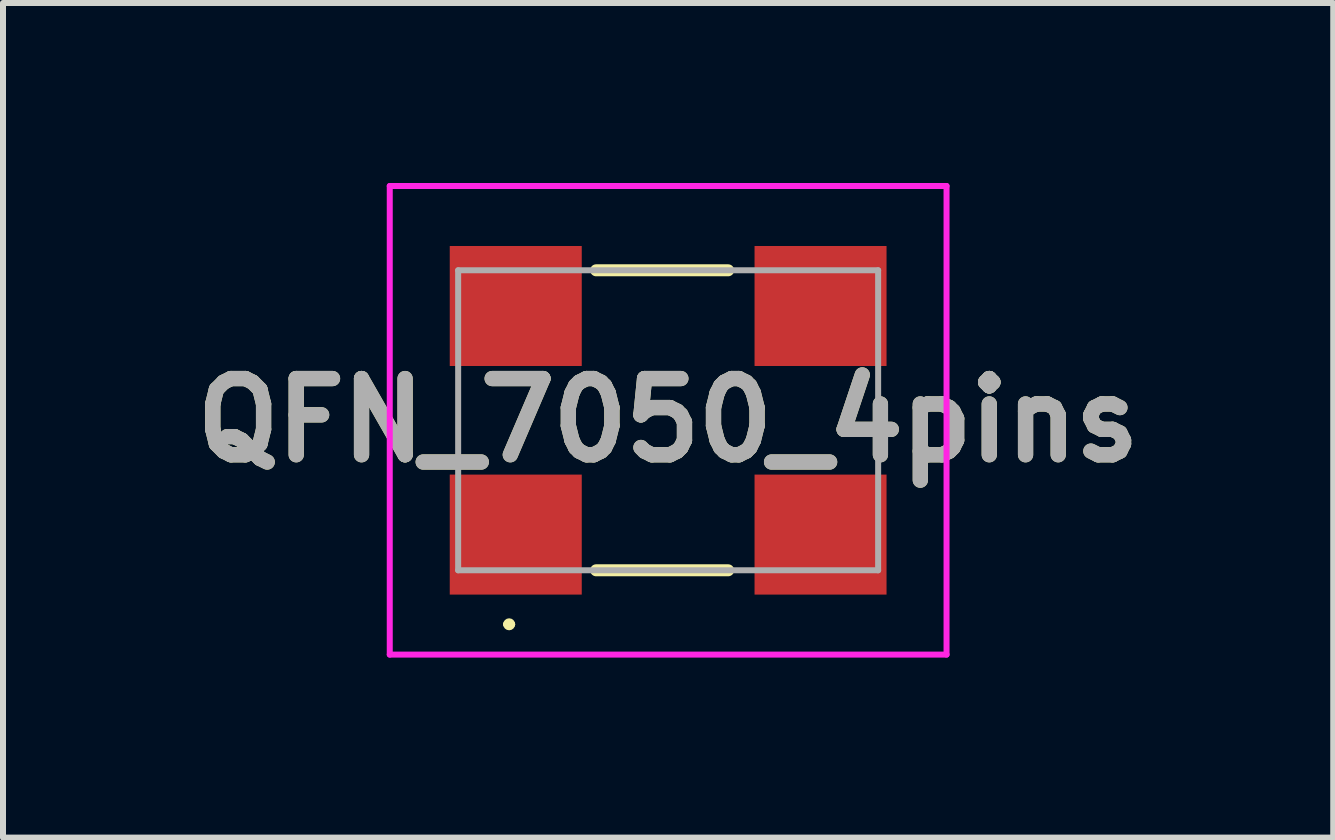
<source format=kicad_pcb>
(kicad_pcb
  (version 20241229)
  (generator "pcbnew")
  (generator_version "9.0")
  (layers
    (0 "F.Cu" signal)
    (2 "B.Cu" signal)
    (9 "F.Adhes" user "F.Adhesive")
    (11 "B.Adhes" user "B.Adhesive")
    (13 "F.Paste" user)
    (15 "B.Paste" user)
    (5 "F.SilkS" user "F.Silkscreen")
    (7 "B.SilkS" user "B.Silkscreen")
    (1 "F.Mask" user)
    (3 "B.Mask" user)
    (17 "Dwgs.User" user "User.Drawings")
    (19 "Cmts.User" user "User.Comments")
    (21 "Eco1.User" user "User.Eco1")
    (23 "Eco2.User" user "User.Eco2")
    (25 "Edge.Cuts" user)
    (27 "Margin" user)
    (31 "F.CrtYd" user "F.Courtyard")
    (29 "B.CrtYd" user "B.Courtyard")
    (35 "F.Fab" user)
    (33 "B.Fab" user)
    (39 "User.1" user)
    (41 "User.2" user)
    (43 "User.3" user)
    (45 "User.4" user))
  (footprint "QFN_7050_4pins"
    (layer "F.Cu")
    (at 8.086 3.955)
    (property "Reference" "QFN_7050_4pins" (at 0 0 0) (layer "F.SilkS") (effects (font (size 1.27 1.27) (thickness 0.254))))
    (attr smd)
    (fp_line (start -2.7 3.4) (end -2.7 3.4) (stroke (width 0.1) (type solid)) (layer "F.SilkS"))
    (fp_line (start -2.6 3.4) (end -2.6 3.4) (stroke (width 0.1) (type solid)) (layer "F.SilkS"))
    (fp_line (start -1.2 -2.5) (end 1 -2.5) (stroke (width 0.2) (type solid)) (layer "F.SilkS"))
    (fp_line (start -1.2 2.5) (end 1 2.5) (stroke (width 0.2) (type solid)) (layer "F.SilkS"))
    (fp_arc (start -2.7 3.4) (mid -2.65 3.35) (end -2.6 3.4) (stroke (width 0.1) (type solid)) (layer "F.SilkS"))
    (fp_arc (start -2.6 3.4) (mid -2.65 3.45) (end -2.7 3.4) (stroke (width 0.1) (type solid)) (layer "F.SilkS"))
    (fp_line (start -4.64 -3.905) (end 4.64 -3.905) (stroke (width 0.1) (type solid)) (layer "F.CrtYd"))
    (fp_line (start -4.64 3.905) (end -4.64 -3.905) (stroke (width 0.1) (type solid)) (layer "F.CrtYd"))
    (fp_line (start 4.64 -3.905) (end 4.64 3.905) (stroke (width 0.1) (type solid)) (layer "F.CrtYd"))
    (fp_line (start 4.64 3.905) (end -4.64 3.905) (stroke (width 0.1) (type solid)) (layer "F.CrtYd"))
    (fp_line (start -3.5 -2.5) (end 3.5 -2.5) (stroke (width 0.1) (type solid)) (layer "F.Fab"))
    (fp_line (start -3.5 2.5) (end -3.5 -2.5) (stroke (width 0.1) (type solid)) (layer "F.Fab"))
    (fp_line (start 3.5 -2.5) (end 3.5 2.5) (stroke (width 0.1) (type solid)) (layer "F.Fab"))
    (fp_line (start 3.5 2.5) (end -3.5 2.5) (stroke (width 0.1) (type solid)) (layer "F.Fab"))
    (fp_text user "${REFERENCE}" (at 0 0 0) (layer "F.Fab") (effects (font (size 1.27 1.27) (thickness 0.254))))
    (pad "1" smd rect (at -2.54 1.905 90) (size 2 2.2) (layers "F.Cu" "F.Mask" "F.Paste"))
    (pad "2" smd rect (at 2.54 1.905 90) (size 2 2.2) (layers "F.Cu" "F.Mask" "F.Paste"))
    (pad "3" smd rect (at 2.54 -1.905 90) (size 2 2.2) (layers "F.Cu" "F.Mask" "F.Paste"))
    (pad "4" smd rect (at -2.54 -1.905 90) (size 2 2.2) (layers "F.Cu" "F.Mask" "F.Paste")))
  (gr_rect
    (start -3 -3)
    (end 19.171 10.91)
    (stroke (width 0.1) (type default))
    (fill no)
    (layer "Edge.Cuts")))
</source>
